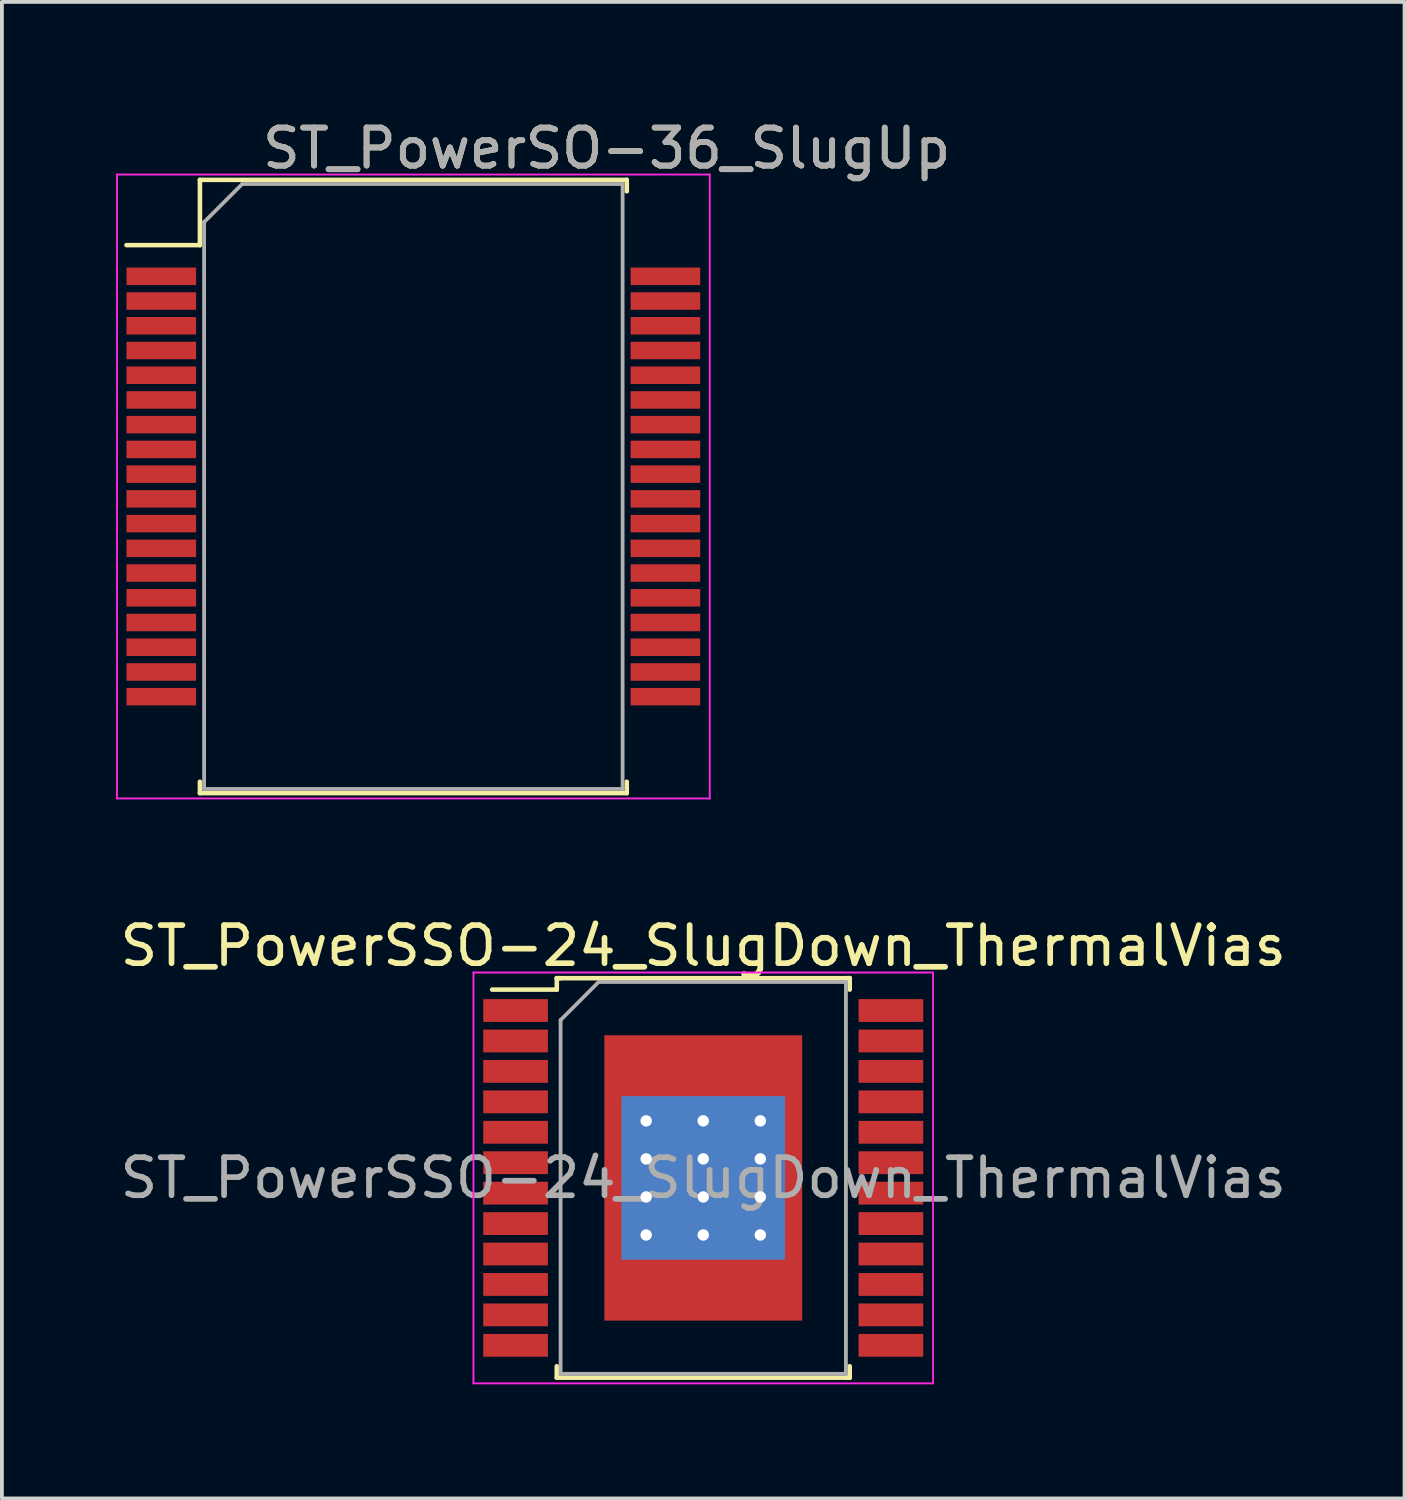
<source format=kicad_pcb>
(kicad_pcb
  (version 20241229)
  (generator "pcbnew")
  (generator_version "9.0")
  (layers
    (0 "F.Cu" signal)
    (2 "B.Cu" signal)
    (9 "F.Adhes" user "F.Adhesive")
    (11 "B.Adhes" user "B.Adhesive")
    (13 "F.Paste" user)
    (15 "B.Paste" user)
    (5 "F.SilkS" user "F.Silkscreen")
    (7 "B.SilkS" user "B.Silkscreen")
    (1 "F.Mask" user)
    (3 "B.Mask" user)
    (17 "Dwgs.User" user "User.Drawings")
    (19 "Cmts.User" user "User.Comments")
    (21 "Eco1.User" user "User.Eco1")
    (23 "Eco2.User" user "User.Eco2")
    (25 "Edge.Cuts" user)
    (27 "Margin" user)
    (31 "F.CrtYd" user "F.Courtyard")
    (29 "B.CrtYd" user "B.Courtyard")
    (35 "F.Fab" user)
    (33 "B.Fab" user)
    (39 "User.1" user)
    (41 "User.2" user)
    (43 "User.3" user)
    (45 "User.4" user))
  (footprint "ST_PowerSO-36_SlugUp"
    (layer "F.Cu")
    (at 7.815 9.738)
    (property "Reference" "ST_PowerSO-36_SlugUp" (at 5.08 -8.89 0) (layer "F.SilkS") (effects (font (size 1 1) (thickness 0.15))))
    (attr smd)
    (fp_line (start -7.54 -6.345) (end -5.61 -6.345) (stroke (width 0.12) (type solid)) (layer "F.SilkS"))
    (fp_line (start -5.61 -8.06) (end 5.61 -8.06) (stroke (width 0.12) (type solid)) (layer "F.SilkS"))
    (fp_line (start -5.61 -6.345) (end -5.61 -8.06) (stroke (width 0.12) (type solid)) (layer "F.SilkS"))
    (fp_line (start -5.61 7.76) (end -5.61 8.06) (stroke (width 0.12) (type solid)) (layer "F.SilkS"))
    (fp_line (start -5.61 8.06) (end 5.61 8.06) (stroke (width 0.12) (type solid)) (layer "F.SilkS"))
    (fp_line (start 5.61 -8.06) (end 5.61 -7.76) (stroke (width 0.12) (type solid)) (layer "F.SilkS"))
    (fp_line (start 5.61 8.06) (end 5.61 7.76) (stroke (width 0.12) (type solid)) (layer "F.SilkS"))
    (fp_line (start -7.79 -8.2) (end -7.79 8.2) (stroke (width 0.05) (type solid)) (layer "F.CrtYd"))
    (fp_line (start -7.79 8.2) (end 7.79 8.2) (stroke (width 0.05) (type solid)) (layer "F.CrtYd"))
    (fp_line (start 7.79 -8.2) (end -7.79 -8.2) (stroke (width 0.05) (type solid)) (layer "F.CrtYd"))
    (fp_line (start 7.79 8.2) (end 7.79 -8.2) (stroke (width 0.05) (type solid)) (layer "F.CrtYd"))
    (fp_line (start -5.5 -6.95) (end -5.5 7.95) (stroke (width 0.1) (type solid)) (layer "F.Fab"))
    (fp_line (start -5.5 -6.95) (end -4.5 -7.95) (stroke (width 0.1) (type solid)) (layer "F.Fab"))
    (fp_line (start -5.5 7.95) (end 5.5 7.95) (stroke (width 0.1) (type solid)) (layer "F.Fab"))
    (fp_line (start 5.5 -7.95) (end -4.5 -7.95) (stroke (width 0.1) (type solid)) (layer "F.Fab"))
    (fp_line (start 5.5 7.95) (end 5.5 -7.95) (stroke (width 0.1) (type solid)) (layer "F.Fab"))
    (fp_text user "${REFERENCE}" (at 5.08 -8.89 0) (layer "F.Fab") (effects (font (size 1 1) (thickness 0.15))))
    (pad "1" smd rect (at -6.625 -5.525 90) (size 0.46 1.83) (layers "F.Cu" "F.Mask" "F.Paste"))
    (pad "2" smd rect (at -6.625 -4.875 90) (size 0.46 1.83) (layers "F.Cu" "F.Mask" "F.Paste"))
    (pad "3" smd rect (at -6.625 -4.225 90) (size 0.46 1.83) (layers "F.Cu" "F.Mask" "F.Paste"))
    (pad "4" smd rect (at -6.625 -3.575 90) (size 0.46 1.83) (layers "F.Cu" "F.Mask" "F.Paste"))
    (pad "5" smd rect (at -6.625 -2.925 90) (size 0.46 1.83) (layers "F.Cu" "F.Mask" "F.Paste"))
    (pad "6" smd rect (at -6.625 -2.275 90) (size 0.46 1.83) (layers "F.Cu" "F.Mask" "F.Paste"))
    (pad "7" smd rect (at -6.625 -1.625 90) (size 0.46 1.83) (layers "F.Cu" "F.Mask" "F.Paste"))
    (pad "8" smd rect (at -6.625 -0.975 90) (size 0.46 1.83) (layers "F.Cu" "F.Mask" "F.Paste"))
    (pad "9" smd rect (at -6.625 -0.325 90) (size 0.46 1.83) (layers "F.Cu" "F.Mask" "F.Paste"))
    (pad "10" smd rect (at -6.625 0.325 90) (size 0.46 1.83) (layers "F.Cu" "F.Mask" "F.Paste"))
    (pad "11" smd rect (at -6.625 0.975 90) (size 0.46 1.83) (layers "F.Cu" "F.Mask" "F.Paste"))
    (pad "12" smd rect (at -6.625 1.625 90) (size 0.46 1.83) (layers "F.Cu" "F.Mask" "F.Paste"))
    (pad "13" smd rect (at -6.625 2.275 90) (size 0.46 1.83) (layers "F.Cu" "F.Mask" "F.Paste"))
    (pad "14" smd rect (at -6.625 2.925 90) (size 0.46 1.83) (layers "F.Cu" "F.Mask" "F.Paste"))
    (pad "15" smd rect (at -6.625 3.575 90) (size 0.46 1.83) (layers "F.Cu" "F.Mask" "F.Paste"))
    (pad "16" smd rect (at -6.625 4.225 90) (size 0.46 1.83) (layers "F.Cu" "F.Mask" "F.Paste"))
    (pad "17" smd rect (at -6.625 4.875 90) (size 0.46 1.83) (layers "F.Cu" "F.Mask" "F.Paste"))
    (pad "18" smd rect (at -6.625 5.525 90) (size 0.46 1.83) (layers "F.Cu" "F.Mask" "F.Paste"))
    (pad "19" smd rect (at 6.625 0.325 90) (size 0.46 1.83) (layers "F.Cu" "F.Mask" "F.Paste"))
    (pad "20" smd rect (at 6.625 0.975 90) (size 0.46 1.83) (layers "F.Cu" "F.Mask" "F.Paste"))
    (pad "21" smd rect (at 6.625 1.625 90) (size 0.46 1.83) (layers "F.Cu" "F.Mask" "F.Paste"))
    (pad "22" smd rect (at 6.625 2.275 90) (size 0.46 1.83) (layers "F.Cu" "F.Mask" "F.Paste"))
    (pad "23" smd rect (at 6.625 2.925 90) (size 0.46 1.83) (layers "F.Cu" "F.Mask" "F.Paste"))
    (pad "24" smd rect (at 6.625 3.575 90) (size 0.46 1.83) (layers "F.Cu" "F.Mask" "F.Paste"))
    (pad "25" smd rect (at 6.625 4.225 90) (size 0.46 1.83) (layers "F.Cu" "F.Mask" "F.Paste"))
    (pad "26" smd rect (at 6.625 4.875 90) (size 0.46 1.83) (layers "F.Cu" "F.Mask" "F.Paste"))
    (pad "27" smd rect (at 6.625 5.525 90) (size 0.46 1.83) (layers "F.Cu" "F.Mask" "F.Paste"))
    (pad "28" smd rect (at 6.625 -0.325 90) (size 0.46 1.83) (layers "F.Cu" "F.Mask" "F.Paste"))
    (pad "29" smd rect (at 6.625 -0.975 90) (size 0.46 1.83) (layers "F.Cu" "F.Mask" "F.Paste"))
    (pad "30" smd rect (at 6.625 -1.625 90) (size 0.46 1.83) (layers "F.Cu" "F.Mask" "F.Paste"))
    (pad "31" smd rect (at 6.625 -2.275 90) (size 0.46 1.83) (layers "F.Cu" "F.Mask" "F.Paste"))
    (pad "32" smd rect (at 6.625 -2.925 90) (size 0.46 1.83) (layers "F.Cu" "F.Mask" "F.Paste"))
    (pad "33" smd rect (at 6.625 -3.575 90) (size 0.46 1.83) (layers "F.Cu" "F.Mask" "F.Paste"))
    (pad "34" smd rect (at 6.625 -4.225 90) (size 0.46 1.83) (layers "F.Cu" "F.Mask" "F.Paste"))
    (pad "35" smd rect (at 6.625 -4.875 90) (size 0.46 1.83) (layers "F.Cu" "F.Mask" "F.Paste"))
    (pad "36" smd rect (at 6.625 -5.525 90) (size 0.46 1.83) (layers "F.Cu" "F.Mask" "F.Paste")))
  (footprint "ST_PowerSSO-24_SlugDown_ThermalVias"
    (layer "F.Cu")
    (at 15.435 27.912)
    (property "Reference" "ST_PowerSSO-24_SlugDown_ThermalVias" (at 0 -6.1 0) (layer "F.SilkS") (effects (font (size 1 1) (thickness 0.15))))
    (attr smd)
    (fp_line (start -3.85 -5.25) (end -3.85 -4.95) (stroke (width 0.12) (type solid)) (layer "F.SilkS"))
    (fp_line (start -3.85 -4.95) (end -5.55 -4.95) (stroke (width 0.12) (type solid)) (layer "F.SilkS"))
    (fp_line (start -3.85 5.25) (end -3.85 4.95) (stroke (width 0.12) (type solid)) (layer "F.SilkS"))
    (fp_line (start -3.75 -5.25) (end -3.85 -5.25) (stroke (width 0.12) (type solid)) (layer "F.SilkS"))
    (fp_line (start 3.75 -5.25) (end 3.85 -5.25) (stroke (width 0.12) (type solid)) (layer "F.SilkS"))
    (fp_line (start 3.75 5.25) (end 3.85 5.25) (stroke (width 0.12) (type solid)) (layer "F.SilkS"))
    (fp_line (start 3.85 -5.25) (end -3.85 -5.25) (stroke (width 0.12) (type solid)) (layer "F.SilkS"))
    (fp_line (start 3.85 -5.25) (end 3.85 -4.95) (stroke (width 0.12) (type solid)) (layer "F.SilkS"))
    (fp_line (start 3.85 5.25) (end -3.85 5.25) (stroke (width 0.12) (type solid)) (layer "F.SilkS"))
    (fp_line (start 3.85 5.25) (end 3.85 4.95) (stroke (width 0.12) (type solid)) (layer "F.SilkS"))
    (fp_line (start -6.04 -5.4) (end -6.04 5.4) (stroke (width 0.05) (type solid)) (layer "F.CrtYd"))
    (fp_line (start -6.04 -5.4) (end 6.04 -5.4) (stroke (width 0.05) (type solid)) (layer "F.CrtYd"))
    (fp_line (start 6.04 5.4) (end -6.04 5.4) (stroke (width 0.05) (type solid)) (layer "F.CrtYd"))
    (fp_line (start 6.04 5.4) (end 6.04 -5.4) (stroke (width 0.05) (type solid)) (layer "F.CrtYd"))
    (fp_line (start -3.75 -4.15) (end -3.75 5.15) (stroke (width 0.1) (type solid)) (layer "F.Fab"))
    (fp_line (start -3.75 5.15) (end 3.75 5.15) (stroke (width 0.1) (type solid)) (layer "F.Fab"))
    (fp_line (start -2.75 -5.15) (end -3.75 -4.15) (stroke (width 0.1) (type solid)) (layer "F.Fab"))
    (fp_line (start 3.75 -5.15) (end -2.75 -5.15) (stroke (width 0.1) (type solid)) (layer "F.Fab"))
    (fp_line (start 3.75 5.15) (end 3.75 -5.15) (stroke (width 0.1) (type solid)) (layer "F.Fab"))
    (fp_text user "${REFERENCE}" (at 0 0 0) (layer "F.Fab") (effects (font (size 1 1) (thickness 0.15))))
    (pad "1" smd rect (at -4.933 -4.4) (size 1.7 0.6) (layers "F.Cu" "F.Mask" "F.Paste"))
    (pad "2" smd rect (at -4.933 -3.6) (size 1.7 0.6) (layers "F.Cu" "F.Mask" "F.Paste"))
    (pad "3" smd rect (at -4.933 -2.8) (size 1.7 0.6) (layers "F.Cu" "F.Mask" "F.Paste"))
    (pad "4" smd rect (at -4.933 -2) (size 1.7 0.6) (layers "F.Cu" "F.Mask" "F.Paste"))
    (pad "5" smd rect (at -4.933 -1.2) (size 1.7 0.6) (layers "F.Cu" "F.Mask" "F.Paste"))
    (pad "6" smd rect (at -4.933 -0.4) (size 1.7 0.6) (layers "F.Cu" "F.Mask" "F.Paste"))
    (pad "7" smd rect (at -4.933 0.4) (size 1.7 0.6) (layers "F.Cu" "F.Mask" "F.Paste"))
    (pad "8" smd rect (at -4.933 1.2) (size 1.7 0.6) (layers "F.Cu" "F.Mask" "F.Paste"))
    (pad "9" smd rect (at -4.933 2) (size 1.7 0.6) (layers "F.Cu" "F.Mask" "F.Paste"))
    (pad "10" smd rect (at -4.933 2.8) (size 1.7 0.6) (layers "F.Cu" "F.Mask" "F.Paste"))
    (pad "11" smd rect (at -4.933 3.6) (size 1.7 0.6) (layers "F.Cu" "F.Mask" "F.Paste"))
    (pad "12" smd rect (at -4.933 4.4) (size 1.7 0.6) (layers "F.Cu" "F.Mask" "F.Paste"))
    (pad "13" smd rect (at 4.933 4.4) (size 1.7 0.6) (layers "F.Cu" "F.Mask" "F.Paste"))
    (pad "14" smd rect (at 4.933 3.6) (size 1.7 0.6) (layers "F.Cu" "F.Mask" "F.Paste"))
    (pad "15" smd rect (at 4.933 2.8) (size 1.7 0.6) (layers "F.Cu" "F.Mask" "F.Paste"))
    (pad "16" smd rect (at 4.933 2) (size 1.7 0.6) (layers "F.Cu" "F.Mask" "F.Paste"))
    (pad "17" smd rect (at 4.933 1.2) (size 1.7 0.6) (layers "F.Cu" "F.Mask" "F.Paste"))
    (pad "18" smd rect (at 4.933 0.4) (size 1.7 0.6) (layers "F.Cu" "F.Mask" "F.Paste"))
    (pad "19" smd rect (at 4.933 -0.4) (size 1.7 0.6) (layers "F.Cu" "F.Mask" "F.Paste"))
    (pad "20" smd rect (at 4.933 -1.2) (size 1.7 0.6) (layers "F.Cu" "F.Mask" "F.Paste"))
    (pad "21" smd rect (at 4.933 -2) (size 1.7 0.6) (layers "F.Cu" "F.Mask" "F.Paste"))
    (pad "22" smd rect (at 4.933 -2.8) (size 1.7 0.6) (layers "F.Cu" "F.Mask" "F.Paste"))
    (pad "23" smd rect (at 4.933 -3.6) (size 1.7 0.6) (layers "F.Cu" "F.Mask" "F.Paste"))
    (pad "24" smd rect (at 4.933 -4.4) (size 1.7 0.6) (layers "F.Cu" "F.Mask" "F.Paste"))
    (pad "25" thru_hole circle (at -1.5 -1.5) (size 0.7 0.7) (drill 0.3) (layers "*.Cu"))
    (pad "25" thru_hole circle (at -1.5 -0.5) (size 0.7 0.7) (drill 0.3) (layers "*.Cu"))
    (pad "25" thru_hole circle (at -1.5 0.5) (size 0.7 0.7) (drill 0.3) (layers "*.Cu"))
    (pad "25" thru_hole circle (at -1.5 1.5) (size 0.7 0.7) (drill 0.3) (layers "*.Cu"))
    (pad "25" thru_hole circle (at 0 -1.5) (size 0.7 0.7) (drill 0.3) (layers "*.Cu"))
    (pad "25" thru_hole circle (at 0 -0.5) (size 0.7 0.7) (drill 0.3) (layers "*.Cu"))
    (pad "25" smd rect (at 0 0) (size 4.3 4.3) (layers "B.Cu"))
    (pad "25" smd rect (at 0 0) (size 5.2 7.5) (layers "F.Cu" "F.Mask" "F.Paste"))
    (pad "25" thru_hole circle (at 0 0.5) (size 0.7 0.7) (drill 0.3) (layers "*.Cu"))
    (pad "25" thru_hole circle (at 0 1.5) (size 0.7 0.7) (drill 0.3) (layers "*.Cu"))
    (pad "25" thru_hole circle (at 1.5 -1.5) (size 0.7 0.7) (drill 0.3) (layers "*.Cu"))
    (pad "25" thru_hole circle (at 1.5 -0.5) (size 0.7 0.7) (drill 0.3) (layers "*.Cu"))
    (pad "25" thru_hole circle (at 1.5 0.5) (size 0.7 0.7) (drill 0.3) (layers "*.Cu"))
    (pad "25" thru_hole circle (at 1.5 1.5) (size 0.7 0.7) (drill 0.3) (layers "*.Cu")))
  (gr_rect
    (start -3 -3)
    (end 33.869 36.337)
    (stroke (width 0.1) (type default))
    (fill no)
    (layer "Edge.Cuts")))
</source>
